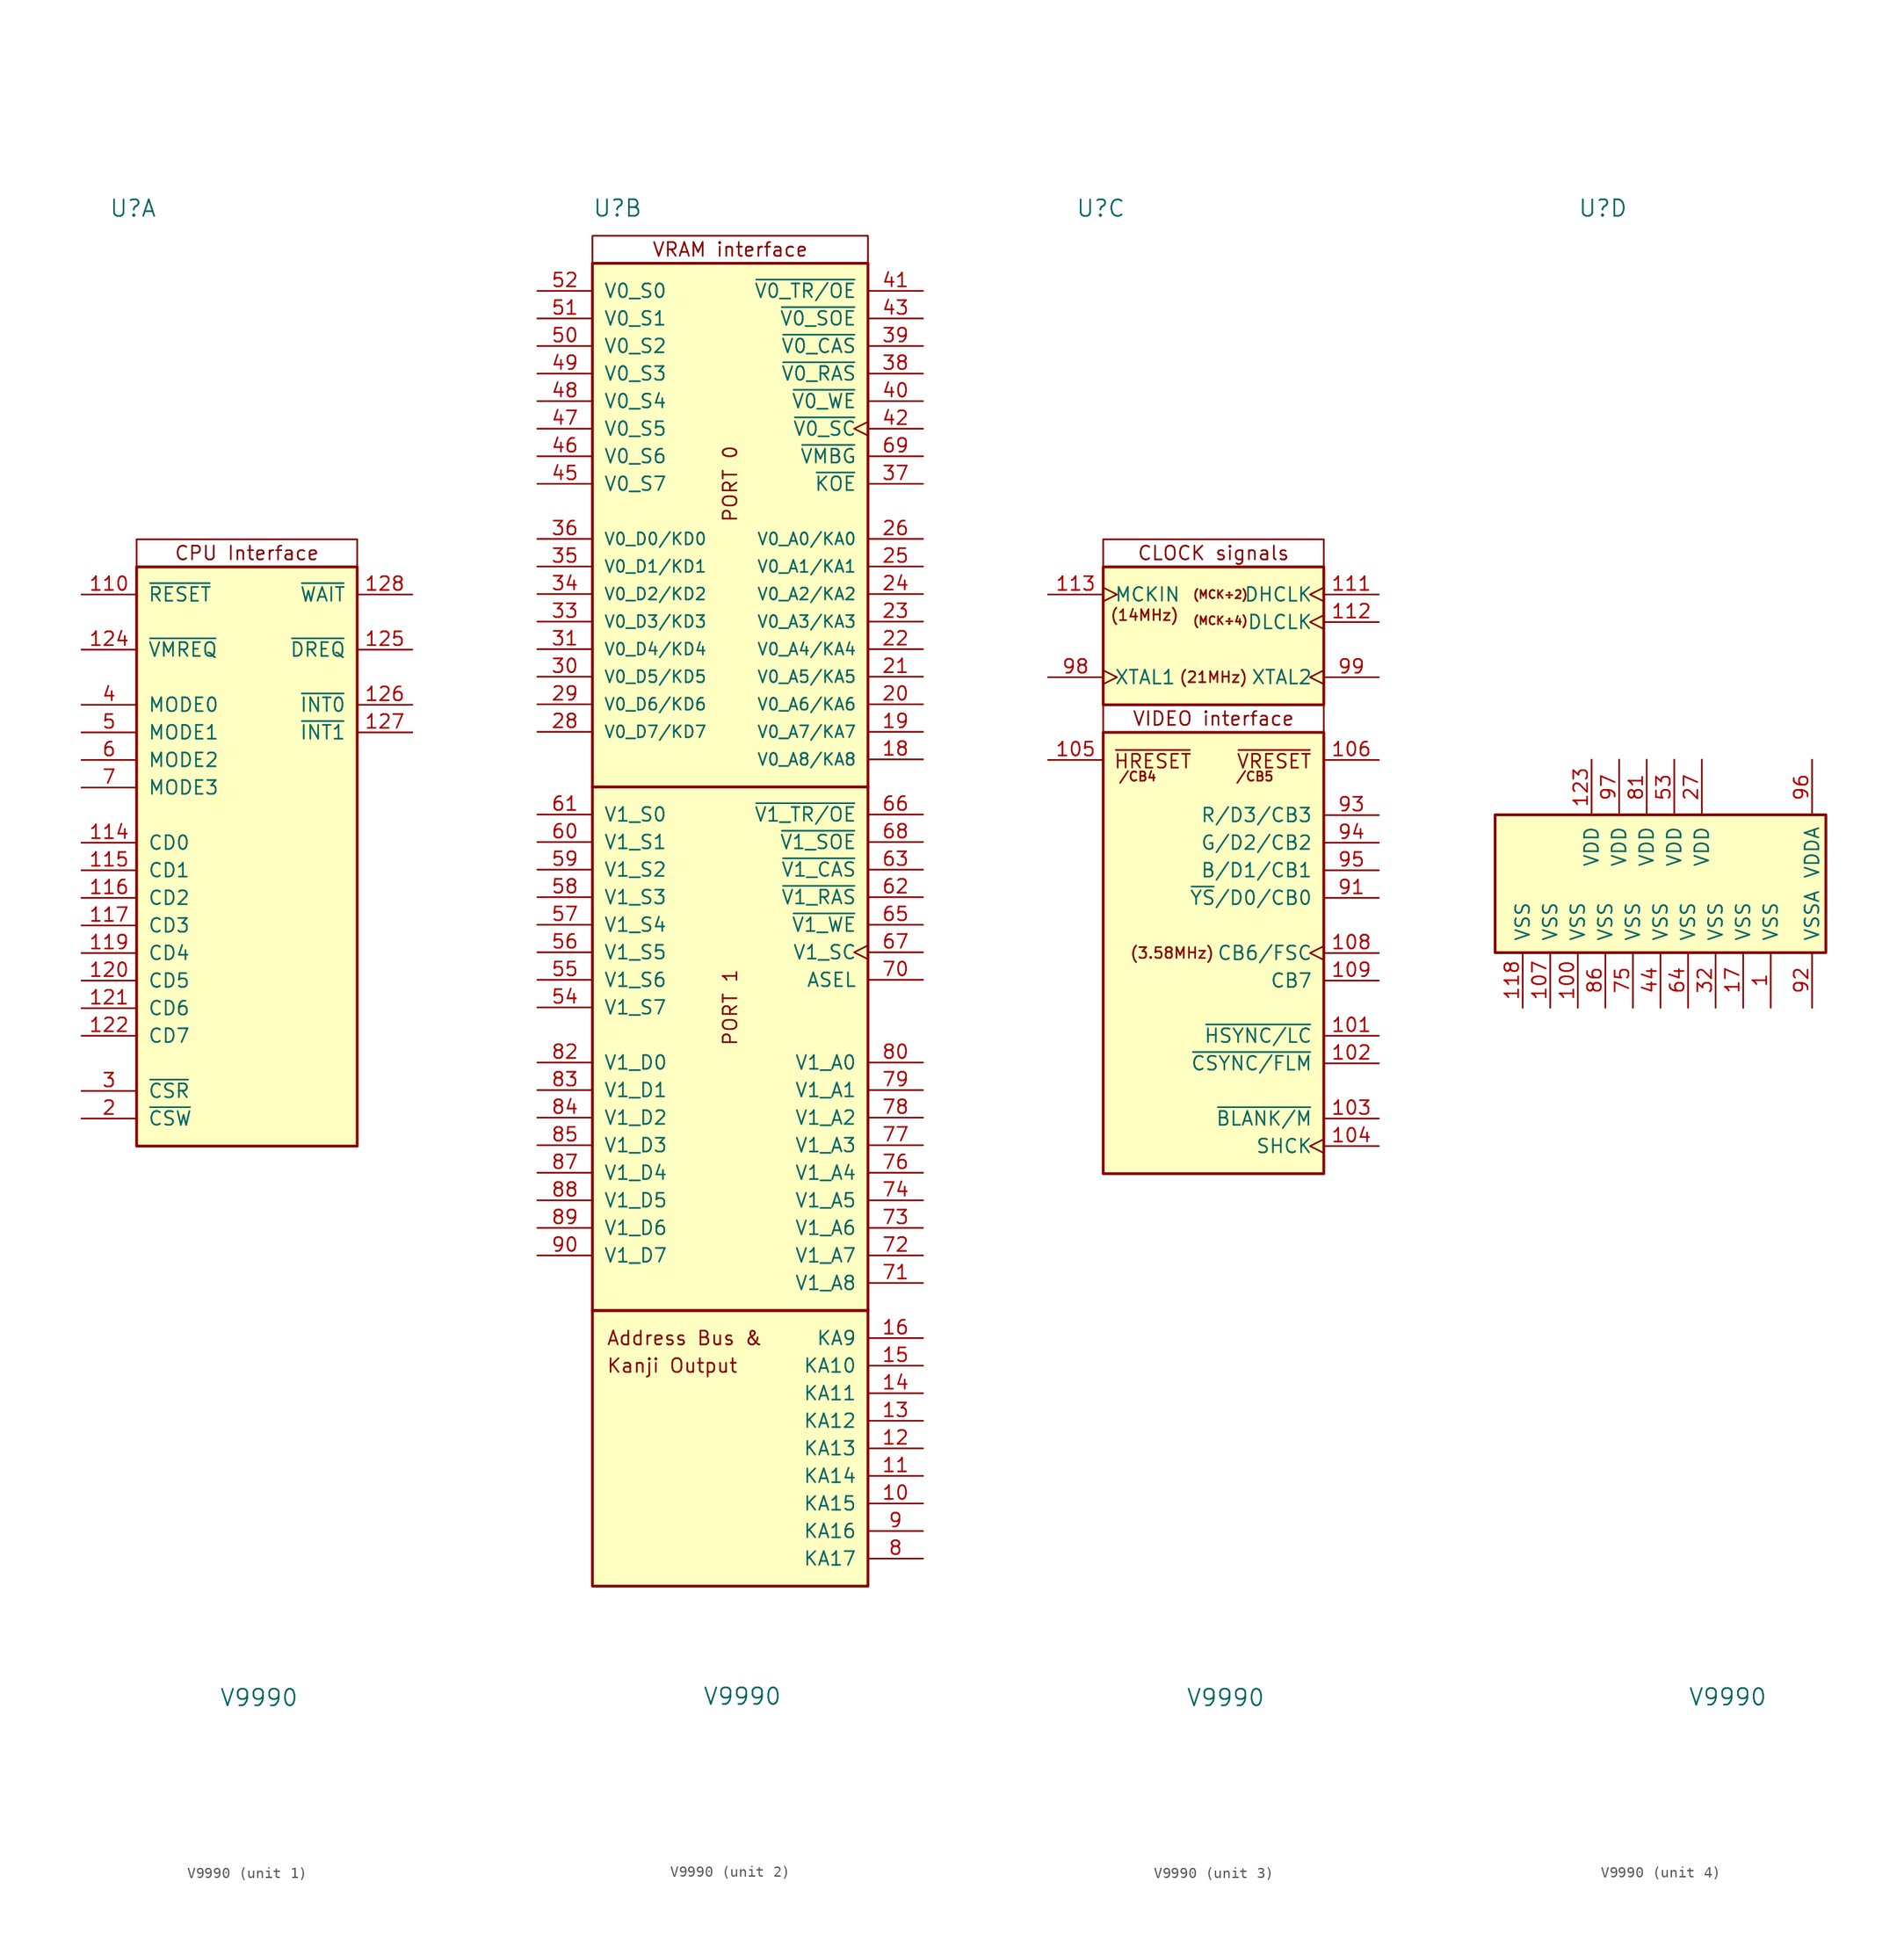
<source format=kicad_sym>
(kicad_symbol_lib
  (version 20220914)
  (generator kicad_symbol_editor)
  (symbol "V9990"
    (pin_names
      (offset 1.016))
    (property "Reference" "U"
      (at -12.7 60.96 0)
      (effects (font (size 1.524 1.524)) (justify left)))
    (property "Value" "V9990"
      (at -2.54 -76.2 0)
      (effects (font (size 1.524 1.524)) (justify left)))
    (property "ki_locked" ""
      (at 0 0 0)
      (effects (font (size 1.27 1.27))))
    (symbol "V9990_1_0"
      (rectangle (start -10.16 27.94) (end 10.16 30.48) (stroke (width 0) (type default)) (fill (type none)))
      (text "CPU Interface" (at 0 29.21 0) (effects (font (size 1.27 1.27))))
      (pin input line (at -15.24 20.32 0) (length 5.08) (name "~{VMREQ}" (effects (font (size 1.27 1.27)))) (number "124" (effects (font (size 1.27 1.27)))))
      (pin open_emitter line (at 15.24 20.32 180) (length 5.08) (name "~{DREQ}" (effects (font (size 1.27 1.27)))) (number "125" (effects (font (size 1.27 1.27)))))
      (pin open_collector line (at 15.24 15.24 180) (length 5.08) (name "~{INT0}" (effects (font (size 1.27 1.27)))) (number "126" (effects (font (size 1.27 1.27)))))
      (pin input line (at -15.24 10.16 0) (length 5.08) (name "MODE2" (effects (font (size 1.27 1.27)))) (number "6" (effects (font (size 1.27 1.27)))))
      (pin input line (at -15.24 7.62 0) (length 5.08) (name "MODE3" (effects (font (size 1.27 1.27)))) (number "7" (effects (font (size 1.27 1.27))))))
    (symbol "V9990_1_1"
      (rectangle (start -10.16 27.94) (end 10.16 -25.4) (stroke (width 0.254) (type default)) (fill (type background)))
      (pin input line (at -15.24 25.4 0) (length 5.08) (name "~{RESET}" (effects (font (size 1.27 1.27)))) (number "110" (effects (font (size 1.27 1.27)))))
      (pin tri_state line (at -15.24 2.54 0) (length 5.08) (name "CD0" (effects (font (size 1.27 1.27)))) (number "114" (effects (font (size 1.27 1.27)))))
      (pin tri_state line (at -15.24 0 0) (length 5.08) (name "CD1" (effects (font (size 1.27 1.27)))) (number "115" (effects (font (size 1.27 1.27)))))
      (pin tri_state line (at -15.24 -2.54 0) (length 5.08) (name "CD2" (effects (font (size 1.27 1.27)))) (number "116" (effects (font (size 1.27 1.27)))))
      (pin tri_state line (at -15.24 -5.08 0) (length 5.08) (name "CD3" (effects (font (size 1.27 1.27)))) (number "117" (effects (font (size 1.27 1.27)))))
      (pin tri_state line (at -15.24 -7.62 0) (length 5.08) (name "CD4" (effects (font (size 1.27 1.27)))) (number "119" (effects (font (size 1.27 1.27)))))
      (pin tri_state line (at -15.24 -10.16 0) (length 5.08) (name "CD5" (effects (font (size 1.27 1.27)))) (number "120" (effects (font (size 1.27 1.27)))))
      (pin tri_state line (at -15.24 -12.7 0) (length 5.08) (name "CD6" (effects (font (size 1.27 1.27)))) (number "121" (effects (font (size 1.27 1.27)))))
      (pin tri_state line (at -15.24 -15.24 0) (length 5.08) (name "CD7" (effects (font (size 1.27 1.27)))) (number "122" (effects (font (size 1.27 1.27)))))
      (pin open_collector line (at 15.24 12.7 180) (length 5.08) (name "~{INT1}" (effects (font (size 1.27 1.27)))) (number "127" (effects (font (size 1.27 1.27)))))
      (pin output line (at 15.24 25.4 180) (length 5.08) (name "~{WAIT}" (effects (font (size 1.27 1.27)))) (number "128" (effects (font (size 1.27 1.27)))))
      (pin input line (at -15.24 -22.86 0) (length 5.08) (name "~{CSW}" (effects (font (size 1.27 1.27)))) (number "2" (effects (font (size 1.27 1.27)))))
      (pin input line (at -15.24 -20.32 0) (length 5.08) (name "~{CSR}" (effects (font (size 1.27 1.27)))) (number "3" (effects (font (size 1.27 1.27)))))
      (pin input line (at -15.24 15.24 0) (length 5.08) (name "MODE0" (effects (font (size 1.27 1.27)))) (number "4" (effects (font (size 1.27 1.27)))))
      (pin input line (at -15.24 12.7 0) (length 5.08) (name "MODE1" (effects (font (size 1.27 1.27)))) (number "5" (effects (font (size 1.27 1.27))))))
    (symbol "V9990_2_0"
      (rectangle (start -12.7 -40.64) (end 12.7 -66.04) (stroke (width 0.254) (type default)) (fill (type background)))
      (rectangle (start -12.7 7.62) (end 12.7 -40.64) (stroke (width 0.254) (type default)) (fill (type background)))
      (rectangle (start -12.7 55.88) (end 12.7 7.62) (stroke (width 0.254) (type default)) (fill (type background)))
      (rectangle (start -12.7 55.88) (end 12.7 58.42) (stroke (width 0) (type default)) (fill (type none)))
      (text "Address Bus &" (at -11.43 -43.18 0) (effects (font (size 1.27 1.27)) (justify left)))
      (text "Kanji Output" (at -11.43 -45.72 0) (effects (font (size 1.27 1.27)) (justify left)))
      (text "PORT 0" (at 0 35.56 900) (effects (font (size 1.27 1.27))))
      (text "PORT 1" (at 0 -12.7 900) (effects (font (size 1.27 1.27))))
      (text "VRAM interface" (at 0 57.15 0) (effects (font (size 1.27 1.27))))
      (pin tri_state line (at 17.78 -58.42 180) (length 5.08) (name "KA15" (effects (font (size 1.27 1.27)))) (number "10" (effects (font (size 1.27 1.27)))))
      (pin tri_state line (at 17.78 -55.88 180) (length 5.08) (name "KA14" (effects (font (size 1.27 1.27)))) (number "11" (effects (font (size 1.27 1.27)))))
      (pin tri_state line (at 17.78 -53.34 180) (length 5.08) (name "KA13" (effects (font (size 1.27 1.27)))) (number "12" (effects (font (size 1.27 1.27)))))
      (pin tri_state line (at 17.78 -50.8 180) (length 5.08) (name "KA12" (effects (font (size 1.27 1.27)))) (number "13" (effects (font (size 1.27 1.27)))))
      (pin tri_state line (at 17.78 -48.26 180) (length 5.08) (name "KA11" (effects (font (size 1.27 1.27)))) (number "14" (effects (font (size 1.27 1.27)))))
      (pin tri_state line (at 17.78 -45.72 180) (length 5.08) (name "KA10" (effects (font (size 1.27 1.27)))) (number "15" (effects (font (size 1.27 1.27)))))
      (pin tri_state line (at 17.78 -43.18 180) (length 5.08) (name "KA9" (effects (font (size 1.27 1.27)))) (number "16" (effects (font (size 1.27 1.27)))))
      (pin tri_state line (at 17.78 10.16 180) (length 5.08) (name "V0_A8/KA8" (effects (font (size 1.1 1.1)))) (number "18" (effects (font (size 1.27 1.27)))))
      (pin tri_state line (at 17.78 12.7 180) (length 5.08) (name "V0_A7/KA7" (effects (font (size 1.1 1.1)))) (number "19" (effects (font (size 1.27 1.27)))))
      (pin tri_state line (at 17.78 15.24 180) (length 5.08) (name "V0_A6/KA6" (effects (font (size 1.1 1.1)))) (number "20" (effects (font (size 1.27 1.27)))))
      (pin tri_state line (at 17.78 17.78 180) (length 5.08) (name "V0_A5/KA5" (effects (font (size 1.1 1.1)))) (number "21" (effects (font (size 1.27 1.27)))))
      (pin tri_state line (at 17.78 20.32 180) (length 5.08) (name "V0_A4/KA4" (effects (font (size 1.1 1.1)))) (number "22" (effects (font (size 1.27 1.27)))))
      (pin tri_state line (at 17.78 22.86 180) (length 5.08) (name "V0_A3/KA3" (effects (font (size 1.1 1.1)))) (number "23" (effects (font (size 1.27 1.27)))))
      (pin tri_state line (at 17.78 25.4 180) (length 5.08) (name "V0_A2/KA2" (effects (font (size 1.1 1.1)))) (number "24" (effects (font (size 1.27 1.27)))))
      (pin tri_state line (at 17.78 27.94 180) (length 5.08) (name "V0_A1/KA1" (effects (font (size 1.1 1.1)))) (number "25" (effects (font (size 1.27 1.27)))))
      (pin tri_state line (at 17.78 30.48 180) (length 5.08) (name "V0_A0/KA0" (effects (font (size 1.1 1.1)))) (number "26" (effects (font (size 1.27 1.27)))))
      (pin output line (at 17.78 35.56 180) (length 5.08) (name "~{KOE}" (effects (font (size 1.27 1.27)))) (number "37" (effects (font (size 1.27 1.27)))))
      (pin tri_state line (at 17.78 43.18 180) (length 5.08) (name "~{V0_WE}" (effects (font (size 1.27 1.27)))) (number "40" (effects (font (size 1.27 1.27)))))
      (pin output line (at 17.78 53.34 180) (length 5.08) (name "~{V0_TR/OE}" (effects (font (size 1.27 1.27)))) (number "41" (effects (font (size 1.27 1.27)))))
      (pin output clock (at 17.78 40.64 180) (length 5.08) (name "~{V0_SC}" (effects (font (size 1.27 1.27)))) (number "42" (effects (font (size 1.27 1.27)))))
      (pin output line (at 17.78 50.8 180) (length 5.08) (name "~{V0_SOE}" (effects (font (size 1.27 1.27)))) (number "43" (effects (font (size 1.27 1.27)))))
      (pin input line (at -17.78 35.56 0) (length 5.08) (name "V0_S7" (effects (font (size 1.27 1.27)))) (number "45" (effects (font (size 1.27 1.27)))))
      (pin input line (at -17.78 38.1 0) (length 5.08) (name "V0_S6" (effects (font (size 1.27 1.27)))) (number "46" (effects (font (size 1.27 1.27)))))
      (pin input line (at -17.78 40.64 0) (length 5.08) (name "V0_S5" (effects (font (size 1.27 1.27)))) (number "47" (effects (font (size 1.27 1.27)))))
      (pin input line (at -17.78 43.18 0) (length 5.08) (name "V0_S4" (effects (font (size 1.27 1.27)))) (number "48" (effects (font (size 1.27 1.27)))))
      (pin input line (at -17.78 45.72 0) (length 5.08) (name "V0_S3" (effects (font (size 1.27 1.27)))) (number "49" (effects (font (size 1.27 1.27)))))
      (pin input line (at -17.78 48.26 0) (length 5.08) (name "V0_S2" (effects (font (size 1.27 1.27)))) (number "50" (effects (font (size 1.27 1.27)))))
      (pin input line (at -17.78 50.8 0) (length 5.08) (name "V0_S1" (effects (font (size 1.27 1.27)))) (number "51" (effects (font (size 1.27 1.27)))))
      (pin input line (at -17.78 53.34 0) (length 5.08) (name "V0_S0" (effects (font (size 1.27 1.27)))) (number "52" (effects (font (size 1.27 1.27)))))
      (pin tri_state line (at 17.78 -5.08 180) (length 5.08) (name "~{V1_WE}" (effects (font (size 1.27 1.27)))) (number "65" (effects (font (size 1.27 1.27)))))
      (pin output line (at 17.78 5.08 180) (length 5.08) (name "~{V1_TR/OE}" (effects (font (size 1.27 1.27)))) (number "66" (effects (font (size 1.27 1.27)))))
      (pin output clock (at 17.78 -7.62 180) (length 5.08) (name "V1_SC" (effects (font (size 1.27 1.27)))) (number "67" (effects (font (size 1.27 1.27)))))
      (pin output line (at 17.78 2.54 180) (length 5.08) (name "~{V1_SOE}" (effects (font (size 1.27 1.27)))) (number "68" (effects (font (size 1.27 1.27)))))
      (pin output line (at 17.78 -10.16 180) (length 5.08) (name "ASEL" (effects (font (size 1.27 1.27)))) (number "70" (effects (font (size 1.27 1.27)))))
      (pin tri_state line (at 17.78 -38.1 180) (length 5.08) (name "V1_A8" (effects (font (size 1.27 1.27)))) (number "71" (effects (font (size 1.27 1.27)))))
      (pin tri_state line (at 17.78 -35.56 180) (length 5.08) (name "V1_A7" (effects (font (size 1.27 1.27)))) (number "72" (effects (font (size 1.27 1.27)))))
      (pin tri_state line (at 17.78 -33.02 180) (length 5.08) (name "V1_A6" (effects (font (size 1.27 1.27)))) (number "73" (effects (font (size 1.27 1.27)))))
      (pin tri_state line (at 17.78 -30.48 180) (length 5.08) (name "V1_A5" (effects (font (size 1.27 1.27)))) (number "74" (effects (font (size 1.27 1.27)))))
      (pin tri_state line (at 17.78 -27.94 180) (length 5.08) (name "V1_A4" (effects (font (size 1.27 1.27)))) (number "76" (effects (font (size 1.27 1.27)))))
      (pin tri_state line (at 17.78 -25.4 180) (length 5.08) (name "V1_A3" (effects (font (size 1.27 1.27)))) (number "77" (effects (font (size 1.27 1.27)))))
      (pin tri_state line (at 17.78 -22.86 180) (length 5.08) (name "V1_A2" (effects (font (size 1.27 1.27)))) (number "78" (effects (font (size 1.27 1.27)))))
      (pin tri_state line (at 17.78 -20.32 180) (length 5.08) (name "V1_A1" (effects (font (size 1.27 1.27)))) (number "79" (effects (font (size 1.27 1.27)))))
      (pin tri_state line (at 17.78 -63.5 180) (length 5.08) (name "KA17" (effects (font (size 1.27 1.27)))) (number "8" (effects (font (size 1.27 1.27)))))
      (pin tri_state line (at 17.78 -17.78 180) (length 5.08) (name "V1_A0" (effects (font (size 1.27 1.27)))) (number "80" (effects (font (size 1.27 1.27)))))
      (pin tri_state line (at 17.78 -60.96 180) (length 5.08) (name "KA16" (effects (font (size 1.27 1.27)))) (number "9" (effects (font (size 1.27 1.27))))))
    (symbol "V9990_2_1"
      (pin bidirectional line (at -17.78 12.7 0) (length 5.08) (name "V0_D7/KD7" (effects (font (size 1.1 1.1)))) (number "28" (effects (font (size 1.27 1.27)))))
      (pin bidirectional line (at -17.78 15.24 0) (length 5.08) (name "V0_D6/KD6" (effects (font (size 1.1 1.1)))) (number "29" (effects (font (size 1.27 1.27)))))
      (pin bidirectional line (at -17.78 17.78 0) (length 5.08) (name "V0_D5/KD5" (effects (font (size 1.1 1.1)))) (number "30" (effects (font (size 1.27 1.27)))))
      (pin bidirectional line (at -17.78 20.32 0) (length 5.08) (name "V0_D4/KD4" (effects (font (size 1.1 1.1)))) (number "31" (effects (font (size 1.27 1.27)))))
      (pin bidirectional line (at -17.78 22.86 0) (length 5.08) (name "V0_D3/KD3" (effects (font (size 1.1 1.1)))) (number "33" (effects (font (size 1.27 1.27)))))
      (pin bidirectional line (at -17.78 25.4 0) (length 5.08) (name "V0_D2/KD2" (effects (font (size 1.1 1.1)))) (number "34" (effects (font (size 1.27 1.27)))))
      (pin bidirectional line (at -17.78 27.94 0) (length 5.08) (name "V0_D1/KD1" (effects (font (size 1.1 1.1)))) (number "35" (effects (font (size 1.27 1.27)))))
      (pin bidirectional line (at -17.78 30.48 0) (length 5.08) (name "V0_D0/KD0" (effects (font (size 1.1 1.1)))) (number "36" (effects (font (size 1.27 1.27)))))
      (pin output line (at 17.78 45.72 180) (length 5.08) (name "~{V0_RAS}" (effects (font (size 1.27 1.27)))) (number "38" (effects (font (size 1.27 1.27)))))
      (pin output line (at 17.78 48.26 180) (length 5.08) (name "~{V0_CAS}" (effects (font (size 1.27 1.27)))) (number "39" (effects (font (size 1.27 1.27)))))
      (pin input line (at -17.78 -12.7 0) (length 5.08) (name "V1_S7" (effects (font (size 1.27 1.27)))) (number "54" (effects (font (size 1.27 1.27)))))
      (pin input line (at -17.78 -10.16 0) (length 5.08) (name "V1_S6" (effects (font (size 1.27 1.27)))) (number "55" (effects (font (size 1.27 1.27)))))
      (pin input line (at -17.78 -7.62 0) (length 5.08) (name "V1_S5" (effects (font (size 1.27 1.27)))) (number "56" (effects (font (size 1.27 1.27)))))
      (pin input line (at -17.78 -5.08 0) (length 5.08) (name "V1_S4" (effects (font (size 1.27 1.27)))) (number "57" (effects (font (size 1.27 1.27)))))
      (pin input line (at -17.78 -2.54 0) (length 5.08) (name "V1_S3" (effects (font (size 1.27 1.27)))) (number "58" (effects (font (size 1.27 1.27)))))
      (pin input line (at -17.78 0 0) (length 5.08) (name "V1_S2" (effects (font (size 1.27 1.27)))) (number "59" (effects (font (size 1.27 1.27)))))
      (pin input line (at -17.78 2.54 0) (length 5.08) (name "V1_S1" (effects (font (size 1.27 1.27)))) (number "60" (effects (font (size 1.27 1.27)))))
      (pin input line (at -17.78 5.08 0) (length 5.08) (name "V1_S0" (effects (font (size 1.27 1.27)))) (number "61" (effects (font (size 1.27 1.27)))))
      (pin output line (at 17.78 -2.54 180) (length 5.08) (name "~{V1_RAS}" (effects (font (size 1.27 1.27)))) (number "62" (effects (font (size 1.27 1.27)))))
      (pin output line (at 17.78 0 180) (length 5.08) (name "~{V1_CAS}" (effects (font (size 1.27 1.27)))) (number "63" (effects (font (size 1.27 1.27)))))
      (pin output line (at 17.78 38.1 180) (length 5.08) (name "~{VMBG}" (effects (font (size 1.27 1.27)))) (number "69" (effects (font (size 1.27 1.27)))))
      (pin bidirectional line (at -17.78 -17.78 0) (length 5.08) (name "V1_D0" (effects (font (size 1.27 1.27)))) (number "82" (effects (font (size 1.27 1.27)))))
      (pin bidirectional line (at -17.78 -20.32 0) (length 5.08) (name "V1_D1" (effects (font (size 1.27 1.27)))) (number "83" (effects (font (size 1.27 1.27)))))
      (pin bidirectional line (at -17.78 -22.86 0) (length 5.08) (name "V1_D2" (effects (font (size 1.27 1.27)))) (number "84" (effects (font (size 1.27 1.27)))))
      (pin bidirectional line (at -17.78 -25.4 0) (length 5.08) (name "V1_D3" (effects (font (size 1.27 1.27)))) (number "85" (effects (font (size 1.27 1.27)))))
      (pin bidirectional line (at -17.78 -27.94 0) (length 5.08) (name "V1_D4" (effects (font (size 1.27 1.27)))) (number "87" (effects (font (size 1.27 1.27)))))
      (pin bidirectional line (at -17.78 -30.48 0) (length 5.08) (name "V1_D5" (effects (font (size 1.27 1.27)))) (number "88" (effects (font (size 1.27 1.27)))))
      (pin bidirectional line (at -17.78 -33.02 0) (length 5.08) (name "V1_D6" (effects (font (size 1.27 1.27)))) (number "89" (effects (font (size 1.27 1.27)))))
      (pin bidirectional line (at -17.78 -35.56 0) (length 5.08) (name "V1_D7" (effects (font (size 1.27 1.27)))) (number "90" (effects (font (size 1.27 1.27))))))
    (symbol "V9990_3_0"
      (rectangle (start -10.16 12.7) (end 10.16 -27.94) (stroke (width 0.254) (type default)) (fill (type background)))
      (rectangle (start -10.16 15.24) (end 10.16 12.7) (stroke (width 0) (type default)) (fill (type none)))
      (rectangle (start -10.16 27.94) (end 10.16 30.48) (stroke (width 0) (type default)) (fill (type none)))
      (text "(14MHz)" (at -6.35 23.495 0) (effects (font (size 1 1))))
      (text "(21MHz)" (at 0 17.78 0) (effects (font (size 1 1))))
      (text "(3.58MHz)" (at -3.81 -7.62 0) (effects (font (size 1 1))))
      (text "(MCK÷2)" (at 0.635 25.4 0) (effects (font (size 0.75 0.75))))
      (text "(MCK÷4)" (at 0.635 22.987 0) (effects (font (size 0.75 0.75))))
      (text "/CB4" (at -6.985 8.636 0) (effects (font (size 0.85 0.85))))
      (text "/CB5" (at 3.81 8.636 0) (effects (font (size 0.85 0.85))))
      (text "CLOCK signals" (at 0 29.21 0) (effects (font (size 1.27 1.27))))
      (text "VIDEO interface" (at 0 13.97 0) (effects (font (size 1.27 1.27))))
      (text "~{HRESET}" (at -5.588 10.033 0) (effects (font (size 1.27 1.27))))
      (text "~{VRESET}" (at 5.588 10.033 0) (effects (font (size 1.27 1.27))))
      (pin input clock (at -15.24 25.4 0) (length 5.08) (name "MCKIN" (effects (font (size 1.27 1.27)))) (number "113" (effects (font (size 1.27 1.27))))))
    (symbol "V9990_3_1"
      (rectangle (start -10.16 27.94) (end 10.16 15.24) (stroke (width 0.254) (type default)) (fill (type background)))
      (pin output line (at 15.24 -15.24 180) (length 5.08) (name "~{HSYNC/LC}" (effects (font (size 1.27 1.27)))) (number "101" (effects (font (size 1.27 1.27)))))
      (pin output line (at 15.24 -17.78 180) (length 5.08) (name "~{CSYNC/FLM}" (effects (font (size 1.27 1.27)))) (number "102" (effects (font (size 1.27 1.27)))))
      (pin output line (at 15.24 -22.86 180) (length 5.08) (name "~{BLANK/M}" (effects (font (size 1.27 1.27)))) (number "103" (effects (font (size 1.27 1.27)))))
      (pin output clock (at 15.24 -25.4 180) (length 5.08) (name "SHCK" (effects (font (size 1.27 1.27)))) (number "104" (effects (font (size 1.27 1.27)))))
      (pin bidirectional line (at -15.24 10.16 0) (length 5.08) (name "~{HRESET}/CB4" (effects (font (size 0 0)))) (number "105" (effects (font (size 1.27 1.27)))))
      (pin bidirectional line (at 15.24 10.16 180) (length 5.08) (name "~{VRESET}/CB5" (effects (font (size 0 0)))) (number "106" (effects (font (size 1.27 1.27)))))
      (pin output clock (at 15.24 -7.62 180) (length 5.08) (name "CB6/FSC" (effects (font (size 1.27 1.27)))) (number "108" (effects (font (size 1.27 1.27)))))
      (pin output line (at 15.24 -10.16 180) (length 5.08) (name "CB7" (effects (font (size 1.27 1.27)))) (number "109" (effects (font (size 1.27 1.27)))))
      (pin output clock (at 15.24 25.4 180) (length 5.08) (name "DHCLK" (effects (font (size 1.27 1.27)))) (number "111" (effects (font (size 1.27 1.27)))))
      (pin output clock (at 15.24 22.86 180) (length 5.08) (name "DLCLK" (effects (font (size 1.27 1.27)))) (number "112" (effects (font (size 1.27 1.27)))))
      (pin output line (at 15.24 -2.54 180) (length 5.08) (name "~{YS}/D0/CB0" (effects (font (size 1.27 1.27)))) (number "91" (effects (font (size 1.27 1.27)))))
      (pin output line (at 15.24 5.08 180) (length 5.08) (name "R/D3/CB3" (effects (font (size 1.27 1.27)))) (number "93" (effects (font (size 1.27 1.27)))))
      (pin output line (at 15.24 2.54 180) (length 5.08) (name "G/D2/CB2" (effects (font (size 1.27 1.27)))) (number "94" (effects (font (size 1.27 1.27)))))
      (pin output line (at 15.24 0 180) (length 5.08) (name "B/D1/CB1" (effects (font (size 1.27 1.27)))) (number "95" (effects (font (size 1.27 1.27)))))
      (pin input clock (at -15.24 17.78 0) (length 5.08) (name "XTAL1" (effects (font (size 1.27 1.27)))) (number "98" (effects (font (size 1.27 1.27)))))
      (pin output clock (at 15.24 17.78 180) (length 5.08) (name "XTAL2" (effects (font (size 1.27 1.27)))) (number "99" (effects (font (size 1.27 1.27))))))
    (symbol "V9990_4_0"
      (pin power_in line (at -12.7 -12.7 90) (length 5.08) (name "VSS" (effects (font (size 1.27 1.27)))) (number "100" (effects (font (size 1.27 1.27)))))
      (pin power_in line (at -15.24 -12.7 90) (length 5.08) (name "VSS" (effects (font (size 1.27 1.27)))) (number "107" (effects (font (size 1.27 1.27)))))
      (pin power_in line (at -17.78 -12.7 90) (length 5.08) (name "VSS" (effects (font (size 1.27 1.27)))) (number "118" (effects (font (size 1.27 1.27)))))
      (pin power_in line (at -11.43 10.16 270) (length 5.08) (name "VDD" (effects (font (size 1.27 1.27)))) (number "123" (effects (font (size 1.27 1.27)))))
      (pin power_in line (at 2.54 -12.7 90) (length 5.08) (name "VSS" (effects (font (size 1.27 1.27)))) (number "17" (effects (font (size 1.27 1.27)))))
      (pin power_in line (at 0 -12.7 90) (length 5.08) (name "VSS" (effects (font (size 1.27 1.27)))) (number "32" (effects (font (size 1.27 1.27)))))
      (pin power_in line (at -5.08 -12.7 90) (length 5.08) (name "VSS" (effects (font (size 1.27 1.27)))) (number "44" (effects (font (size 1.27 1.27)))))
      (pin power_in line (at -3.81 10.16 270) (length 5.08) (name "VDD" (effects (font (size 1.27 1.27)))) (number "53" (effects (font (size 1.27 1.27)))))
      (pin power_in line (at -2.54 -12.7 90) (length 5.08) (name "VSS" (effects (font (size 1.27 1.27)))) (number "64" (effects (font (size 1.27 1.27)))))
      (pin power_in line (at -7.62 -12.7 90) (length 5.08) (name "VSS" (effects (font (size 1.27 1.27)))) (number "75" (effects (font (size 1.27 1.27)))))
      (pin power_in line (at -6.35 10.16 270) (length 5.08) (name "VDD" (effects (font (size 1.27 1.27)))) (number "81" (effects (font (size 1.27 1.27)))))
      (pin power_in line (at -10.16 -12.7 90) (length 5.08) (name "VSS" (effects (font (size 1.27 1.27)))) (number "86" (effects (font (size 1.27 1.27)))))
      (pin power_in line (at 8.89 -12.7 90) (length 5.08) (name "VSSA" (effects (font (size 1.27 1.27)))) (number "92" (effects (font (size 1.27 1.27)))))
      (pin power_in line (at -8.89 10.16 270) (length 5.08) (name "VDD" (effects (font (size 1.27 1.27)))) (number "97" (effects (font (size 1.27 1.27))))))
    (symbol "V9990_4_1"
      (rectangle (start -20.32 5.08) (end 10.16 -7.62) (stroke (width 0.254) (type default)) (fill (type background)))
      (pin power_in line (at 5.08 -12.7 90) (length 5.08) (name "VSS" (effects (font (size 1.27 1.27)))) (number "1" (effects (font (size 1.27 1.27)))))
      (pin power_in line (at -1.27 10.16 270) (length 5.08) (name "VDD" (effects (font (size 1.27 1.27)))) (number "27" (effects (font (size 1.27 1.27)))))
      (pin power_in line (at 8.89 10.16 270) (length 5.08) (name "VDDA" (effects (font (size 1.27 1.27)))) (number "96" (effects (font (size 1.27 1.27))))))))
</source>
